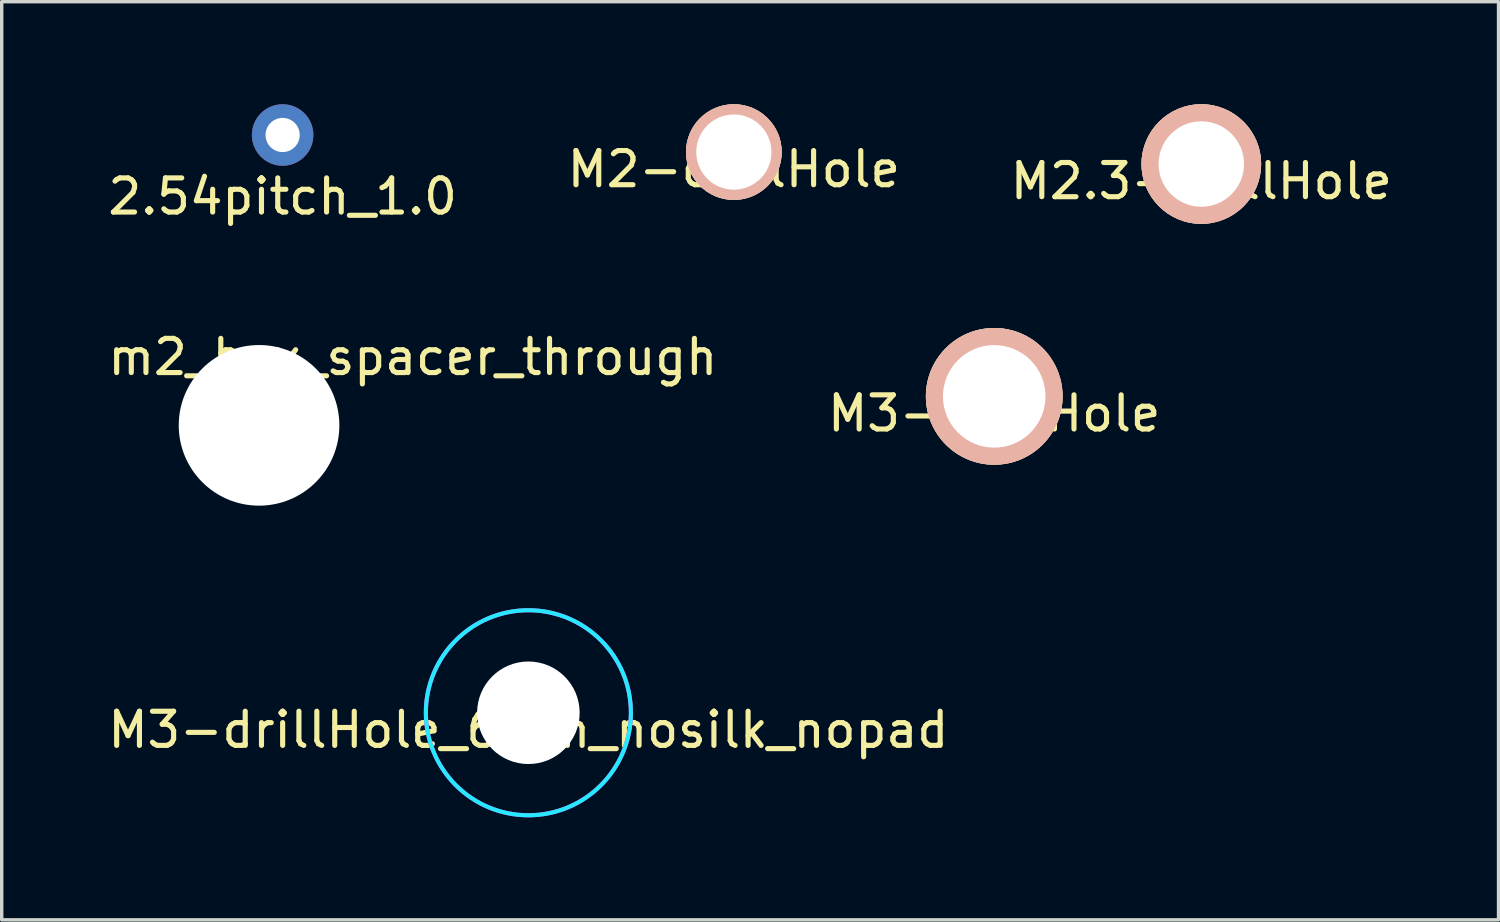
<source format=kicad_pcb>
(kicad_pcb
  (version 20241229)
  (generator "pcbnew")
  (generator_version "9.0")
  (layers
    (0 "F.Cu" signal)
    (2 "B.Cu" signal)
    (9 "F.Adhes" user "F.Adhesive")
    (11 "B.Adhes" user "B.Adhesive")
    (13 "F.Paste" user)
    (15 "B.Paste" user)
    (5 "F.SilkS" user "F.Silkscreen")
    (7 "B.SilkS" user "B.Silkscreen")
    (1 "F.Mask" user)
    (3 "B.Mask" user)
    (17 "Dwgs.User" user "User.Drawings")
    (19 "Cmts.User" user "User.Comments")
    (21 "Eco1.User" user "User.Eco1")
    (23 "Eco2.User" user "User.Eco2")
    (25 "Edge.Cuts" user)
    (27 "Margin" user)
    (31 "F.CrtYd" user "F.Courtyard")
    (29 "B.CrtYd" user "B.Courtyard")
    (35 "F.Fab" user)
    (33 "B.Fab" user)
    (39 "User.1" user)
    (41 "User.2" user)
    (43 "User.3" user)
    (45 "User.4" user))
  (footprint "M3-drillHole"
    (layer "F.Cu")
    (at 26.042 8.548)
    (property "Reference" "M3-drillHole" (at 0 0.5 0) (layer "F.SilkS") (effects (font (size 1 1) (thickness 0.15))))
    (attr through_hole)
    (pad "1" thru_hole circle (at 0 0) (size 4 4) (drill 3) (layers "*.Cu" "*.SilkS")))
  (footprint "M2-drillHole"
    (layer "F.Cu")
    (at 18.423 1.4)
    (property "Reference" "M2-drillHole" (at 0 0.5 0) (layer "F.SilkS") (effects (font (size 1 1) (thickness 0.15))))
    (attr through_hole)
    (pad "" np_thru_hole circle (at 0 0) (size 2.8 2.8) (drill 2.2) (layers "*.Cu" "*.SilkS" "*.Mask")))
  (footprint "m2_hex_spacer_through"
    (layer "F.Cu")
    (at 4.53 9.396)
    (property "Reference" "m2_hex_spacer_through" (at 4.5 -2 0) (layer "F.SilkS") (effects (font (size 1 1) (thickness 0.15))))
    (attr through_hole)
    (pad "" np_thru_hole circle (at 0 0) (size 4.7 4.7) (drill 4.7) (layers "*.Cu" "*.Mask")))
  (footprint "M2.3-drillHole"
    (layer "F.Cu")
    (at 32.101 1.75)
    (property "Reference" "M2.3-drillHole" (at 0 0.5 0) (layer "F.SilkS") (effects (font (size 1 1) (thickness 0.15))))
    (attr through_hole)
    (pad "1" thru_hole circle (at 0 0) (size 3.5 3.5) (drill 2.5) (layers "*.Cu" "*.SilkS")))
  (footprint "2.54pitch_1.0"
    (layer "F.Cu")
    (at 5.22 0.9)
    (property "Reference" "2.54pitch_1.0" (at 0 1.8 0) (layer "F.SilkS") (effects (font (size 1 1) (thickness 0.15))))
    (attr through_hole)
    (pad "1" thru_hole circle (at 0 0) (size 1.8 1.8) (drill 1) (layers "*.Cu" "*.Mask")))
  (footprint "M3-drillHole_6mm_nosilk_nopad"
    (layer "F.Cu")
    (at 12.411 17.806)
    (property "Reference" "M3-drillHole_6mm_nosilk_nopad" (at 0 0.5 0) (layer "F.SilkS") (effects (font (size 1 1) (thickness 0.15))))
    (attr through_hole)
    (fp_circle (center 0 0) (end 1.5 0) (stroke (width 3) (type solid)) (fill no) (layer "F.Mask"))
    (fp_circle (center 0 0) (end 1.5 0) (stroke (width 3) (type solid)) (fill no) (layer "B.Mask"))
    (fp_circle (center 0 0) (end 3 0) (stroke (width 0.12) (type solid)) (fill no) (layer "B.CrtYd"))
    (fp_circle (center 0 0) (end 3 0) (stroke (width 0.12) (type solid)) (fill no) (layer "F.CrtYd"))
    (pad "" np_thru_hole circle (at 0 0) (size 3 3) (drill 3) (layers "*.Cu" "*.Mask")))
  (gr_rect
    (start -3 -3)
    (end 40.798 23.866)
    (stroke (width 0.1) (type default))
    (fill no)
    (layer "Edge.Cuts")))
</source>
